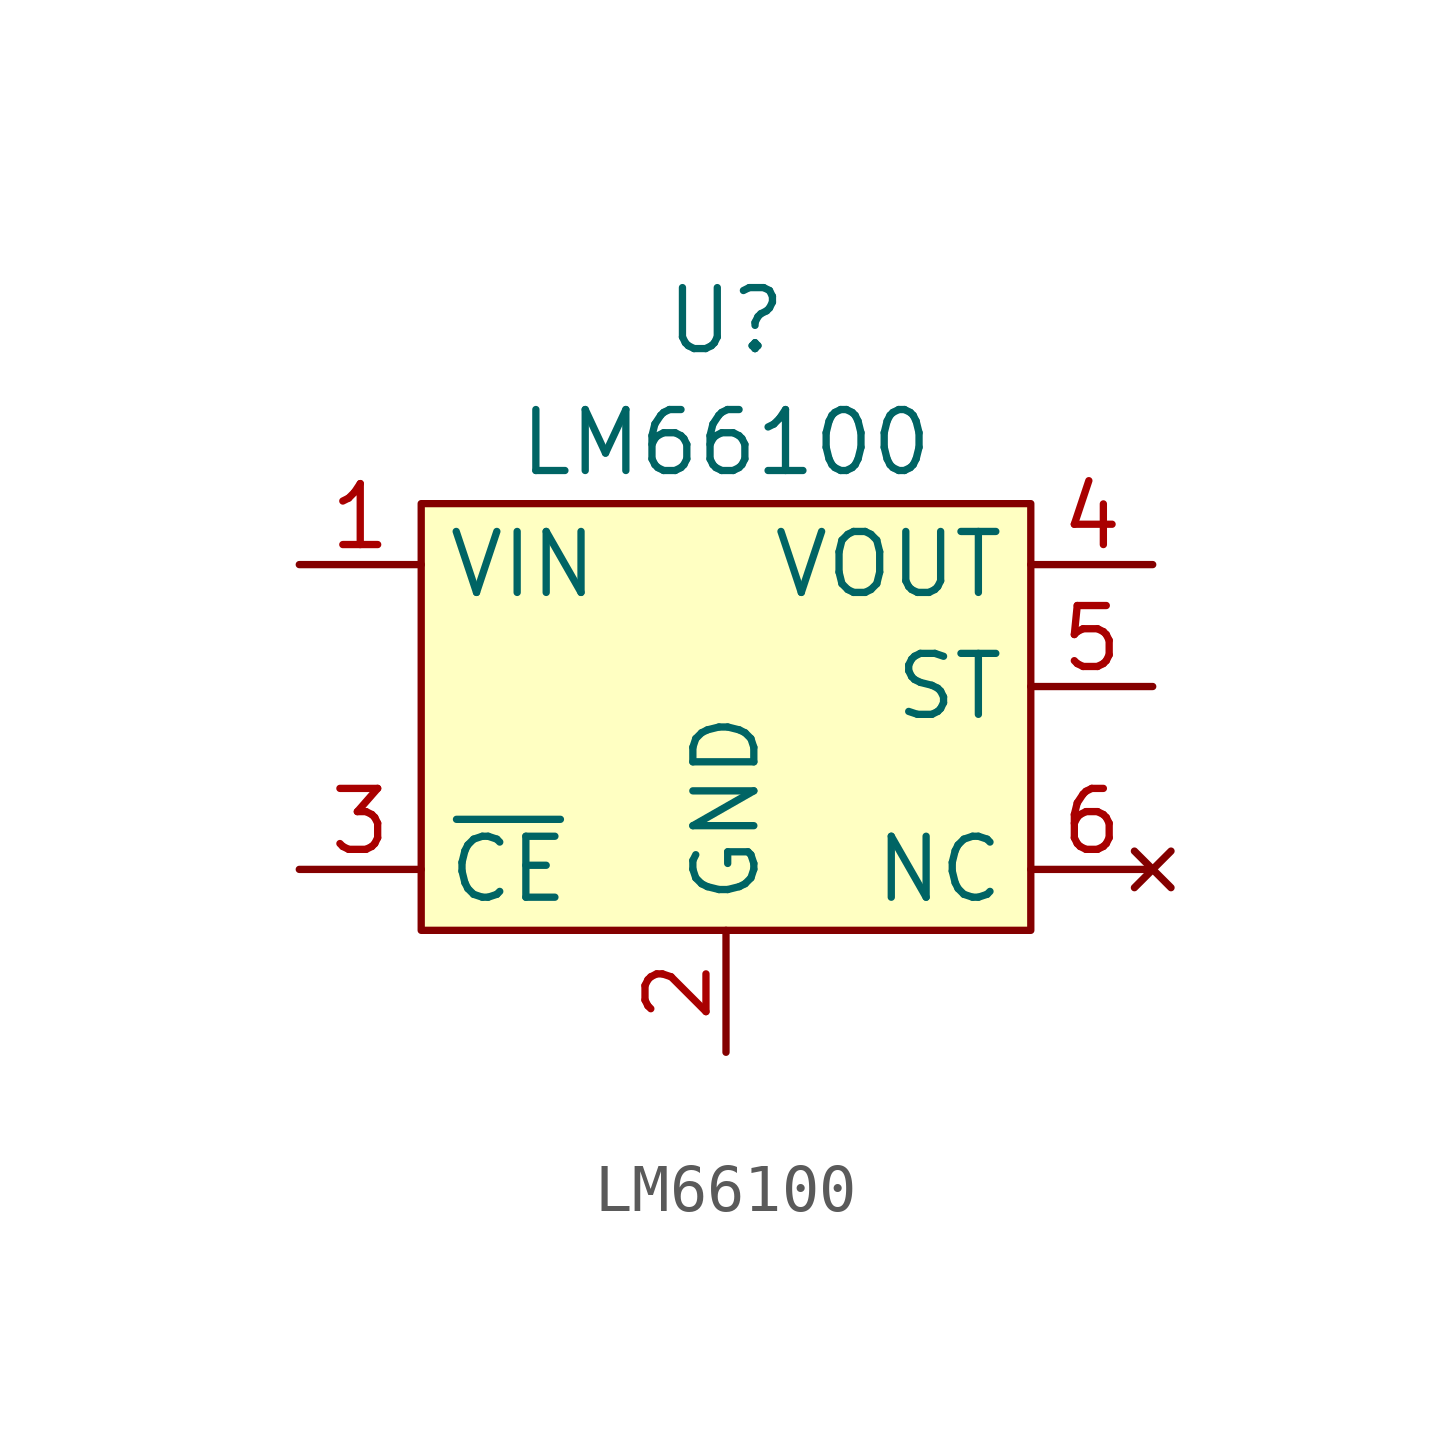
<source format=kicad_sym>
(kicad_symbol_lib
  (version 20220914)
  (generator kicad_symbol_editor)
  (symbol "LM66100"
    (property "Reference" "U"
      (at 0 7.62 0)
      (effects (font (size 1.27 1.27))))
    (property "Value" "LM66100"
      (at 0 5.08 0)
      (effects (font (size 1.27 1.27))))
    (symbol "LM66100_1_1"
      (rectangle (start -6.35 3.81) (end 6.35 -5.08) (stroke (width 0) (type default)) (fill (type background)))
      (pin power_in line (at -8.89 2.54 0) (length 2.54) (name "VIN" (effects (font (size 1.27 1.27)))) (number "1" (effects (font (size 1.27 1.27)))))
      (pin power_out line (at 0 -7.62 90) (length 2.54) (name "GND" (effects (font (size 1.27 1.27)))) (number "2" (effects (font (size 1.27 1.27)))))
      (pin input line (at -8.89 -3.81 0) (length 2.54) (name "~{CE}" (effects (font (size 1.27 1.27)))) (number "3" (effects (font (size 1.27 1.27)))))
      (pin power_out line (at 8.89 2.54 180) (length 2.54) (name "VOUT" (effects (font (size 1.27 1.27)))) (number "4" (effects (font (size 1.27 1.27)))))
      (pin open_collector line (at 8.89 0 180) (length 2.54) (name "ST" (effects (font (size 1.27 1.27)))) (number "5" (effects (font (size 1.27 1.27)))))
      (pin no_connect line (at 8.89 -3.81 180) (length 2.54) (name "NC" (effects (font (size 1.27 1.27)))) (number "6" (effects (font (size 1.27 1.27))))))))
</source>
